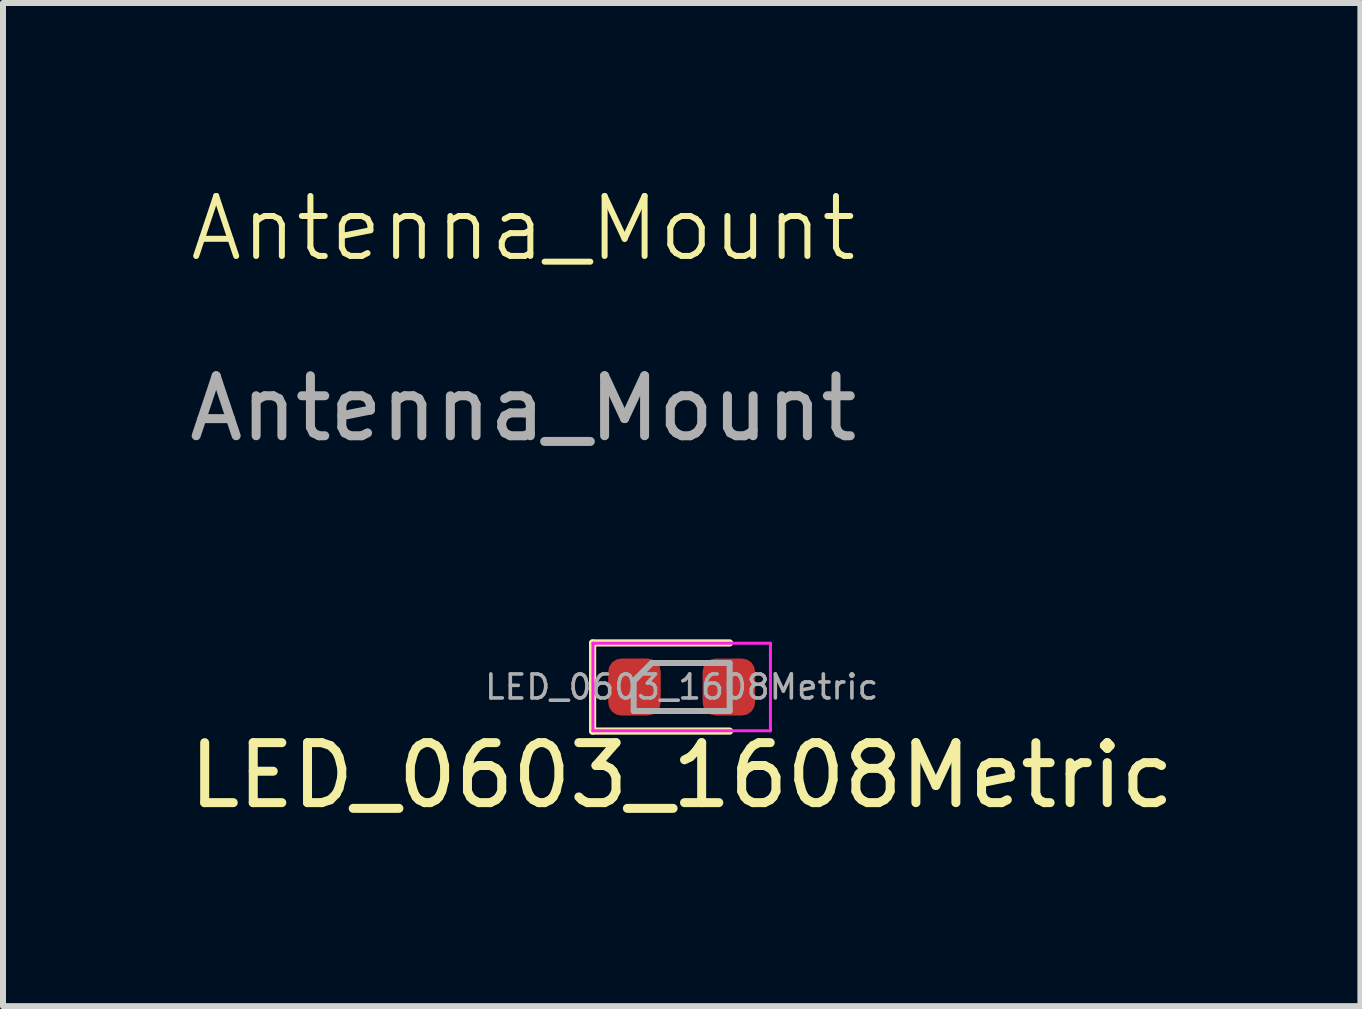
<source format=kicad_pcb>
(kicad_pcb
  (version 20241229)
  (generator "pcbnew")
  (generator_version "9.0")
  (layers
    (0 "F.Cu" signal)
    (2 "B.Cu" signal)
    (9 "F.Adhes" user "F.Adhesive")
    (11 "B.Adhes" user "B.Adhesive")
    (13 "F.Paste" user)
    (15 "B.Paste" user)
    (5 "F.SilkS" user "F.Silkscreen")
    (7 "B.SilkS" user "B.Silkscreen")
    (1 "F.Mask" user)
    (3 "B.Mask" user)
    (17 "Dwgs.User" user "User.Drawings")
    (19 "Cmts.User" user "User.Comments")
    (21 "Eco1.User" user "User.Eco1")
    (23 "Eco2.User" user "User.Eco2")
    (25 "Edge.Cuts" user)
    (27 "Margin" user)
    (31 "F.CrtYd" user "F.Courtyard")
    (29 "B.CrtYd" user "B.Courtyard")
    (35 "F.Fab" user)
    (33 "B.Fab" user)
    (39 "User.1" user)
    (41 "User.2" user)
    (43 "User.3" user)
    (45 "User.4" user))
  (footprint "Antenna_Mount"
    (layer "F.Cu")
    (at 5.673 1.26)
    (property "Reference" "Antenna_Mount" (at 0 -0.5 0) (unlocked yes) (layer "F.SilkS") (effects (font (size 1 1) (thickness 0.1))))
    (attr through_hole)
    (fp_text user "${REFERENCE}" (at 0 2.5 0) (unlocked yes) (layer "F.Fab") (effects (font (size 1 1) (thickness 0.15)))))
  (footprint "LED_0603_1608Metric"
    (layer "F.Cu")
    (at 8.315 8.404)
    (property "Reference" "LED_0603_1608Metric" (at 0 1.473 0) (layer "F.SilkS") (effects (font (size 1 1) (thickness 0.15))))
    (attr smd)
    (fp_line (start -1.485 -0.735) (end -1.485 0.735) (stroke (width 0.12) (type solid)) (layer "F.SilkS"))
    (fp_line (start -1.485 0.735) (end 0.8 0.735) (stroke (width 0.12) (type solid)) (layer "F.SilkS"))
    (fp_line (start 0.8 -0.735) (end -1.485 -0.735) (stroke (width 0.12) (type solid)) (layer "F.SilkS"))
    (fp_line (start -1.48 -0.73) (end 1.48 -0.73) (stroke (width 0.05) (type solid)) (layer "F.CrtYd"))
    (fp_line (start -1.48 0.73) (end -1.48 -0.73) (stroke (width 0.05) (type solid)) (layer "F.CrtYd"))
    (fp_line (start 1.48 -0.73) (end 1.48 0.73) (stroke (width 0.05) (type solid)) (layer "F.CrtYd"))
    (fp_line (start 1.48 0.73) (end -1.48 0.73) (stroke (width 0.05) (type solid)) (layer "F.CrtYd"))
    (fp_line (start -0.8 -0.1) (end -0.8 0.4) (stroke (width 0.1) (type solid)) (layer "F.Fab"))
    (fp_line (start -0.8 0.4) (end 0.8 0.4) (stroke (width 0.1) (type solid)) (layer "F.Fab"))
    (fp_line (start -0.5 -0.4) (end -0.8 -0.1) (stroke (width 0.1) (type solid)) (layer "F.Fab"))
    (fp_line (start 0.8 -0.4) (end -0.5 -0.4) (stroke (width 0.1) (type solid)) (layer "F.Fab"))
    (fp_line (start 0.8 0.4) (end 0.8 -0.4) (stroke (width 0.1) (type solid)) (layer "F.Fab"))
    (fp_text user "${REFERENCE}" (at 0 0 0) (layer "F.Fab") (effects (font (size 0.4 0.4) (thickness 0.06))))
    (pad "1" smd roundrect (at -0.787 0) (size 0.875 0.95) (layers "F.Cu" "F.Mask" "F.Paste") (roundrect_rratio 0.25))
    (pad "2" smd roundrect (at 0.787 0) (size 0.875 0.95) (layers "F.Cu" "F.Mask" "F.Paste") (roundrect_rratio 0.25)))
  (gr_rect
    (start -3 -3)
    (end 19.631 13.725)
    (stroke (width 0.1) (type default))
    (fill no)
    (layer "Edge.Cuts")))
</source>
